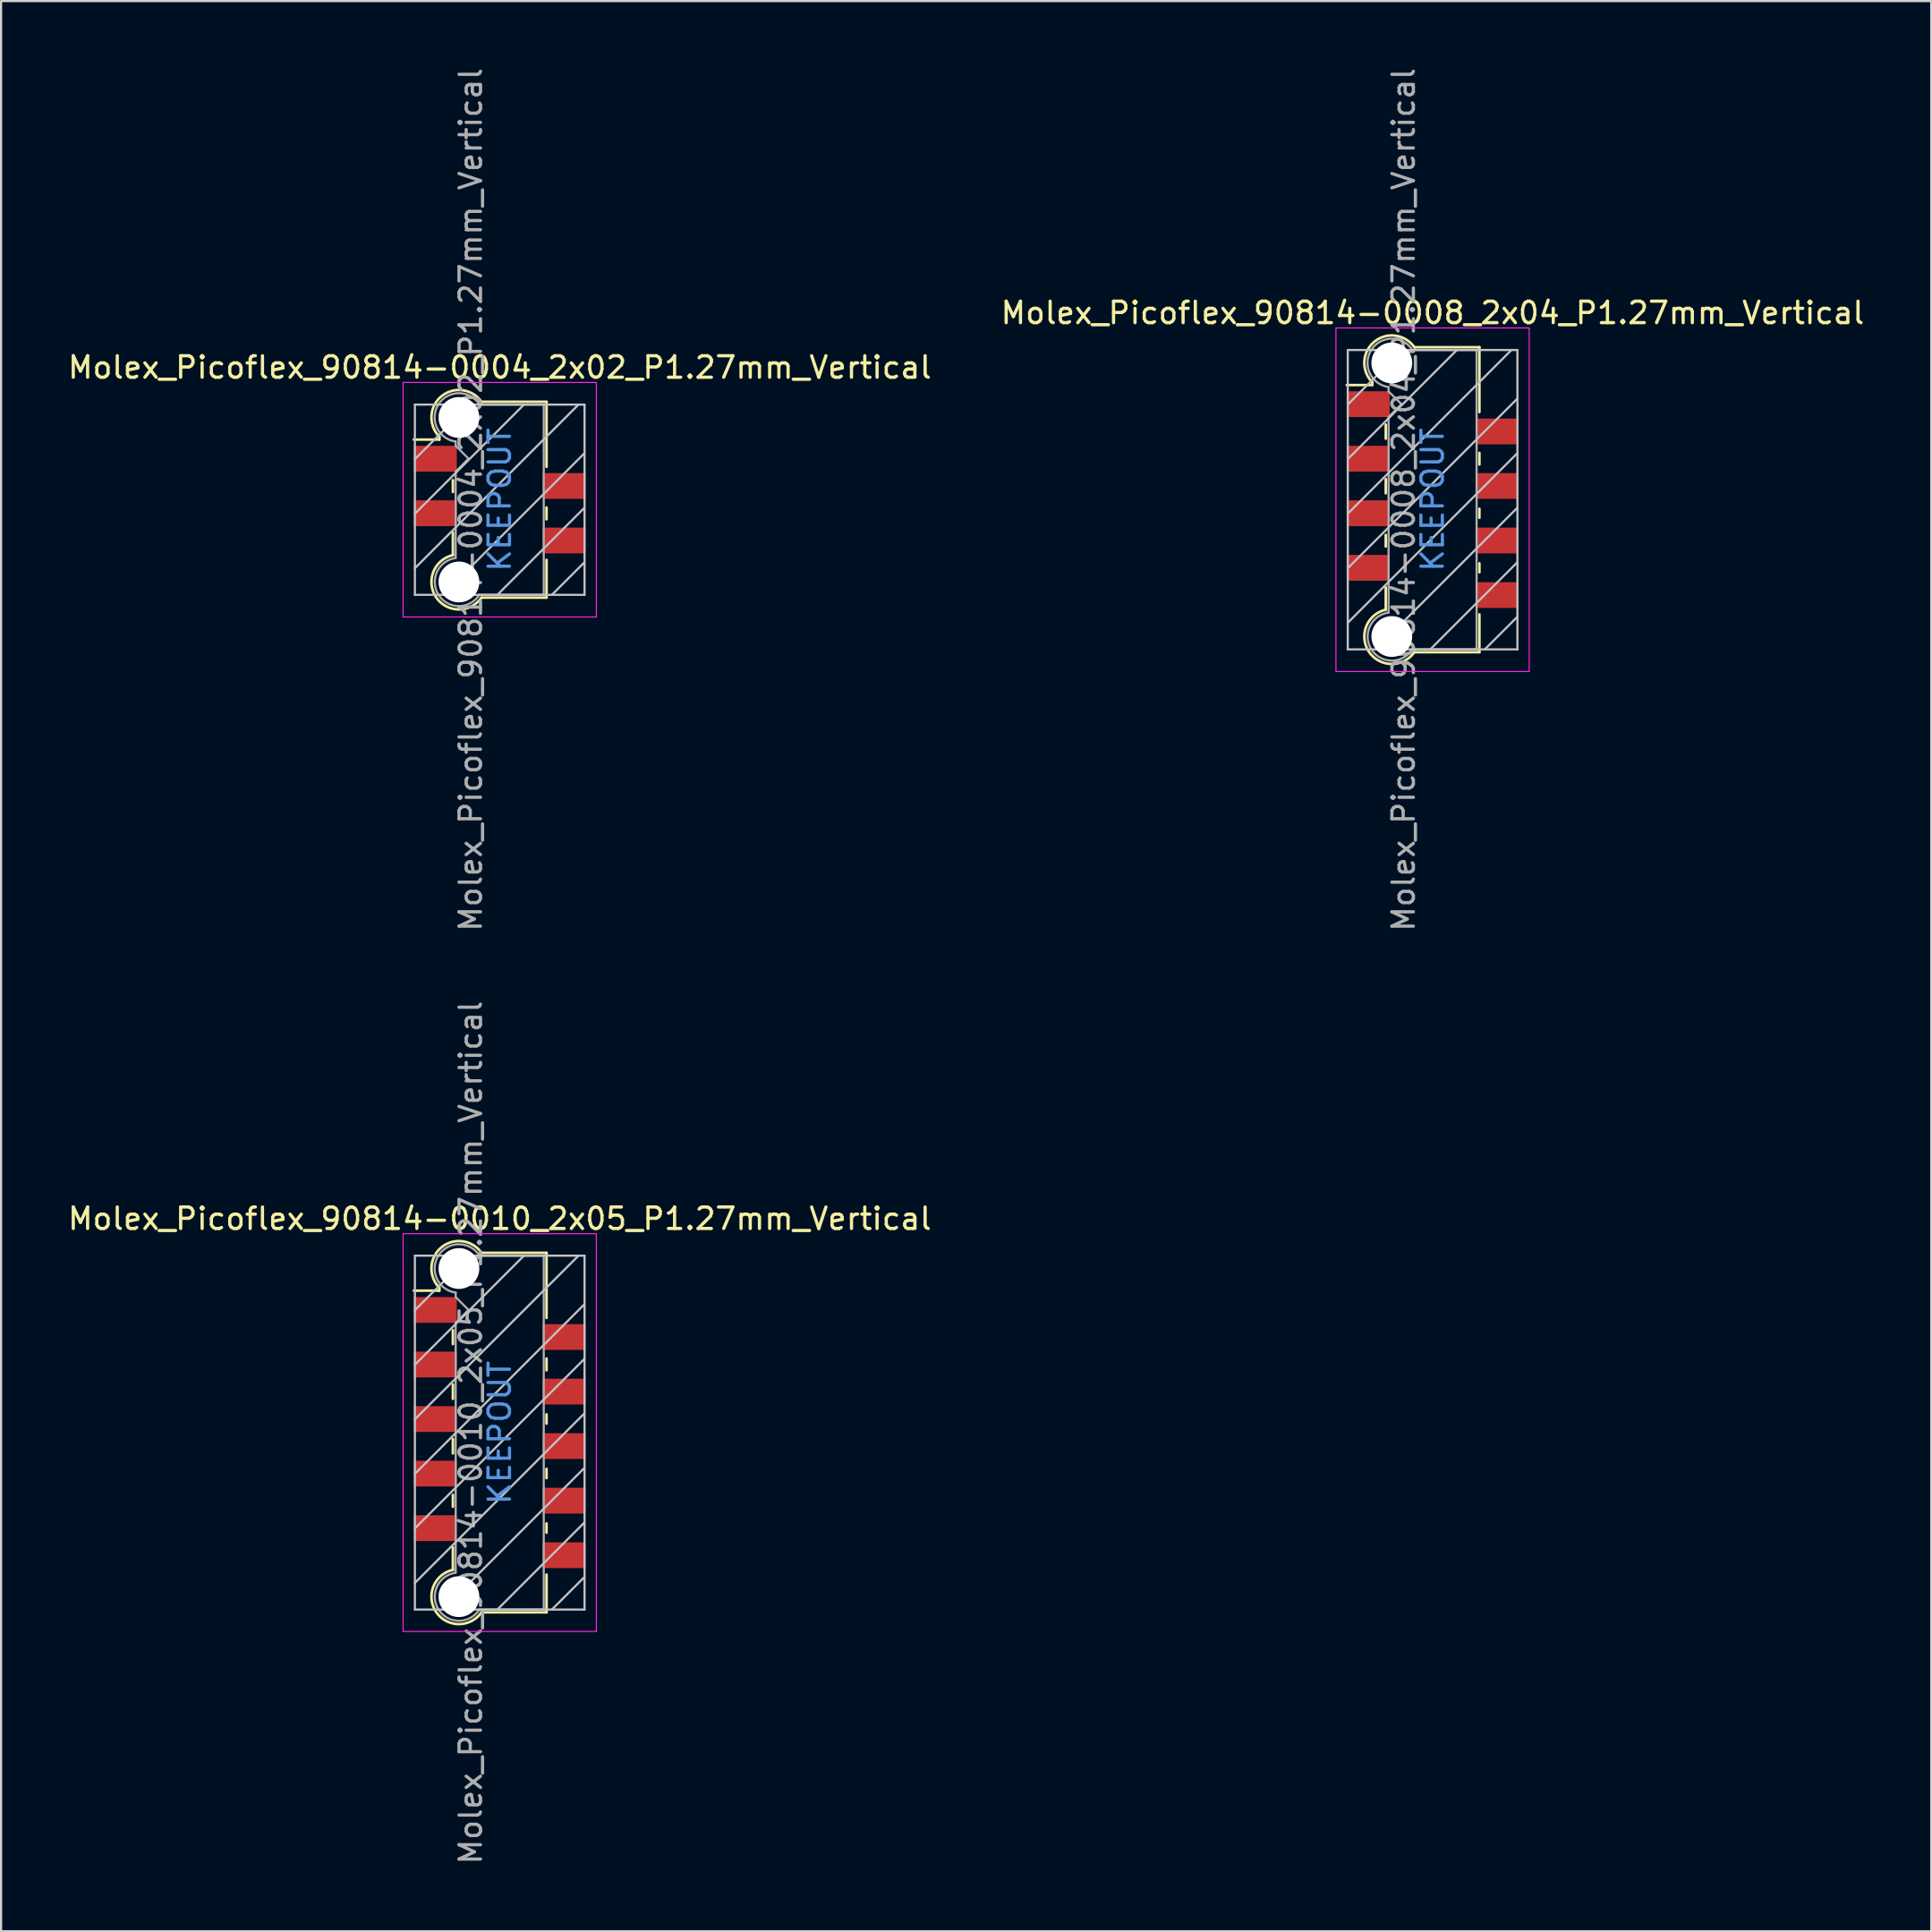
<source format=kicad_pcb>
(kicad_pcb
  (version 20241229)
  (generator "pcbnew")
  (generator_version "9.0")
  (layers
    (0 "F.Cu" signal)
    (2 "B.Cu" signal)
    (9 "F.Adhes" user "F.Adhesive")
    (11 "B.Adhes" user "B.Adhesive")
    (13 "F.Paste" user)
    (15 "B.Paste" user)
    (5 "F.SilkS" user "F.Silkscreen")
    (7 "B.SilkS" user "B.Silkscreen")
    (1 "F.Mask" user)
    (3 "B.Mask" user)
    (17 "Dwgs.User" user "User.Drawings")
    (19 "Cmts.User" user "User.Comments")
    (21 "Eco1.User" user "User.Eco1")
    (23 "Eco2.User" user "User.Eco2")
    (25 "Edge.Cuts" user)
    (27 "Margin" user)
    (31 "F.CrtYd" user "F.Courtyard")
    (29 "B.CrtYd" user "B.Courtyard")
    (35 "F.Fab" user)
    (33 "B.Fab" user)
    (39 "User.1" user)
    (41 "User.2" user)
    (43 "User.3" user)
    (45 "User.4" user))
  (footprint "Molex_Picoflex_90814-0008_2x04_P1.27mm_Vertical"
    (layer "F.Cu")
    (at 63.661 20.22)
    (property "Reference" "Molex_Picoflex_90814-0008_2x04_P1.27mm_Vertical" (at 0 -8.7 0) (layer "F.SilkS") (effects (font (size 1 1) (thickness 0.15))))
    (attr smd)
    (fp_line (start -2.81 -5.47) (end -2.81 -5.34) (stroke (width 0.12) (type solid)) (layer "F.SilkS"))
    (fp_line (start -2.81 -5.34) (end -4 -5.34) (stroke (width 0.12) (type solid)) (layer "F.SilkS"))
    (fp_line (start -2.18 -2.84) (end -2.18 -3.5) (stroke (width 0.12) (type solid)) (layer "F.SilkS"))
    (fp_line (start -2.18 -0.3) (end -2.18 -0.96) (stroke (width 0.12) (type solid)) (layer "F.SilkS"))
    (fp_line (start -2.18 2.18) (end -2.18 1.64) (stroke (width 0.12) (type solid)) (layer "F.SilkS"))
    (fp_line (start -2.18 5.12) (end -2.18 4.08) (stroke (width 0.12) (type solid)) (layer "F.SilkS"))
    (fp_line (start 2.18 -7.1) (end -0.82 -7.1) (stroke (width 0.12) (type solid)) (layer "F.SilkS"))
    (fp_line (start 2.18 -7.1) (end 2.18 -4.08) (stroke (width 0.12) (type solid)) (layer "F.SilkS"))
    (fp_line (start 2.18 -2.18) (end 2.18 -1.64) (stroke (width 0.12) (type solid)) (layer "F.SilkS"))
    (fp_line (start 2.18 0.42) (end 2.18 0.84) (stroke (width 0.12) (type solid)) (layer "F.SilkS"))
    (fp_line (start 2.18 2.96) (end 2.18 3.38) (stroke (width 0.12) (type solid)) (layer "F.SilkS"))
    (fp_line (start 2.18 5.34) (end 2.18 7.1) (stroke (width 0.12) (type solid)) (layer "F.SilkS"))
    (fp_line (start 2.18 7.1) (end -0.85 7.1) (stroke (width 0.12) (type solid)) (layer "F.SilkS"))
    (fp_arc (start -2.81 -5.47) (mid -2.708637 -7.362072) (end -0.834991 -7.079828) (stroke (width 0.12) (type solid)) (layer "F.SilkS"))
    (fp_arc (start -0.85 7.1) (mid -2.962791 7.081248) (end -2.174424 5.120964) (stroke (width 0.12) (type solid)) (layer "F.SilkS"))
    (fp_line (start -3.95 -6.97) (end -3.95 6.97) (stroke (width 0.1) (type solid)) (layer "Dwgs.User"))
    (fp_line (start -3.95 -4.43) (end -1.41 -6.97) (stroke (width 0.1) (type solid)) (layer "Dwgs.User"))
    (fp_line (start -3.95 -1.89) (end 1.13 -6.97) (stroke (width 0.1) (type solid)) (layer "Dwgs.User"))
    (fp_line (start -3.95 0.65) (end 3.67 -6.97) (stroke (width 0.1) (type solid)) (layer "Dwgs.User"))
    (fp_line (start -3.95 3.19) (end 3.95 -4.71) (stroke (width 0.1) (type solid)) (layer "Dwgs.User"))
    (fp_line (start -3.95 5.73) (end 3.95 -2.17) (stroke (width 0.1) (type solid)) (layer "Dwgs.User"))
    (fp_line (start -3.95 6.97) (end 3.95 6.97) (stroke (width 0.1) (type solid)) (layer "Dwgs.User"))
    (fp_line (start -2.65 6.97) (end 3.95 0.37) (stroke (width 0.1) (type solid)) (layer "Dwgs.User"))
    (fp_line (start -0.11 6.97) (end 3.95 2.91) (stroke (width 0.1) (type solid)) (layer "Dwgs.User"))
    (fp_line (start 2.43 6.97) (end 3.95 5.45) (stroke (width 0.1) (type solid)) (layer "Dwgs.User"))
    (fp_line (start 3.95 -6.97) (end -3.95 -6.97) (stroke (width 0.1) (type solid)) (layer "Dwgs.User"))
    (fp_line (start 3.95 6.97) (end 3.95 -6.97) (stroke (width 0.1) (type solid)) (layer "Dwgs.User"))
    (fp_line (start -4.5 -8) (end -4.5 8) (stroke (width 0.05) (type solid)) (layer "F.CrtYd"))
    (fp_line (start -4.5 8) (end 4.5 8) (stroke (width 0.05) (type solid)) (layer "F.CrtYd"))
    (fp_line (start 4.5 -8) (end -4.5 -8) (stroke (width 0.05) (type solid)) (layer "F.CrtYd"))
    (fp_line (start 4.5 8) (end 4.5 -8) (stroke (width 0.05) (type solid)) (layer "F.CrtYd"))
    (fp_line (start -2.05 -5.04) (end -2.05 -5.25) (stroke (width 0.1) (type solid)) (layer "F.Fab"))
    (fp_line (start -2.05 -3.85) (end -1.45 -4.45) (stroke (width 0.1) (type solid)) (layer "F.Fab"))
    (fp_line (start -2.05 5.25) (end -2.05 -3.85) (stroke (width 0.1) (type solid)) (layer "F.Fab"))
    (fp_line (start -1.45 -4.45) (end -2.05 -5.04) (stroke (width 0.1) (type solid)) (layer "F.Fab"))
    (fp_line (start 2.05 -6.97) (end -0.93 -6.97) (stroke (width 0.1) (type solid)) (layer "F.Fab"))
    (fp_line (start 2.05 -6.97) (end 2.05 6.97) (stroke (width 0.1) (type solid)) (layer "F.Fab"))
    (fp_line (start 2.05 6.97) (end -0.95 6.97) (stroke (width 0.1) (type solid)) (layer "F.Fab"))
    (fp_arc (start -2.05 -5.25) (mid -2.851672 -6.979279) (end -0.945612 -6.975015) (stroke (width 0.1) (type solid)) (layer "F.Fab"))
    (fp_arc (start -0.95 6.97) (mid -2.845272 6.977422) (end -2.051022 5.256585) (stroke (width 0.1) (type solid)) (layer "F.Fab"))
    (fp_text user "KEEPOUT" (at 0 0 90) (layer "Cmts.User") (effects (font (size 1 1) (thickness 0.15))))
    (fp_text user "${REFERENCE}" (at -1.35 0 90) (layer "F.Fab") (effects (font (size 1 1) (thickness 0.15))))
    (pad "" np_thru_hole circle (at -1.9 -6.37) (size 1.9 1.9) (drill 1.9) (layers "*.Cu" "*.Mask"))
    (pad "" np_thru_hole circle (at -1.9 6.37) (size 1.9 1.9) (drill 1.9) (layers "*.Cu" "*.Mask"))
    (pad "1" smd rect (at -3 -4.45) (size 2 1.2) (layers "F.Cu" "F.Mask" "F.Paste"))
    (pad "2" smd rect (at 3 -3.18) (size 2 1.2) (layers "F.Cu" "F.Mask" "F.Paste"))
    (pad "3" smd rect (at -3 -1.91) (size 2 1.2) (layers "F.Cu" "F.Mask" "F.Paste"))
    (pad "4" smd rect (at 3 -0.64) (size 2 1.2) (layers "F.Cu" "F.Mask" "F.Paste"))
    (pad "5" smd rect (at -3 0.63) (size 2 1.2) (layers "F.Cu" "F.Mask" "F.Paste"))
    (pad "6" smd rect (at 3 1.9) (size 2 1.2) (layers "F.Cu" "F.Mask" "F.Paste"))
    (pad "7" smd rect (at -3 3.17) (size 2 1.2) (layers "F.Cu" "F.Mask" "F.Paste"))
    (pad "8" smd rect (at 3 4.44) (size 2 1.2) (layers "F.Cu" "F.Mask" "F.Paste")))
  (footprint "Molex_Picoflex_90814-0004_2x02_P1.27mm_Vertical"
    (layer "F.Cu")
    (at 20.22 20.22)
    (property "Reference" "Molex_Picoflex_90814-0004_2x02_P1.27mm_Vertical" (at 0 -6.16 0) (layer "F.SilkS") (effects (font (size 1 1) (thickness 0.15))))
    (attr smd)
    (fp_line (start -2.81 -2.93) (end -2.81 -2.8) (stroke (width 0.12) (type solid)) (layer "F.SilkS"))
    (fp_line (start -2.81 -2.8) (end -4 -2.8) (stroke (width 0.12) (type solid)) (layer "F.SilkS"))
    (fp_line (start -2.18 -0.36) (end -2.18 -0.91) (stroke (width 0.12) (type solid)) (layer "F.SilkS"))
    (fp_line (start -2.18 2.58) (end -2.18 1.53) (stroke (width 0.12) (type solid)) (layer "F.SilkS"))
    (fp_line (start 2.18 -4.56) (end -0.82 -4.56) (stroke (width 0.12) (type solid)) (layer "F.SilkS"))
    (fp_line (start 2.18 -4.56) (end 2.18 -1.53) (stroke (width 0.12) (type solid)) (layer "F.SilkS"))
    (fp_line (start 2.18 0.36) (end 2.18 0.91) (stroke (width 0.12) (type solid)) (layer "F.SilkS"))
    (fp_line (start 2.18 2.8) (end 2.18 4.56) (stroke (width 0.12) (type solid)) (layer "F.SilkS"))
    (fp_line (start 2.18 4.56) (end -0.85 4.56) (stroke (width 0.12) (type solid)) (layer "F.SilkS"))
    (fp_arc (start -2.81 -2.93) (mid -2.708637 -4.822072) (end -0.834991 -4.539828) (stroke (width 0.12) (type solid)) (layer "F.SilkS"))
    (fp_arc (start -0.85 4.56) (mid -2.962791 4.541248) (end -2.174424 2.580964) (stroke (width 0.12) (type solid)) (layer "F.SilkS"))
    (fp_line (start -3.95 -4.43) (end -3.95 4.43) (stroke (width 0.1) (type solid)) (layer "Dwgs.User"))
    (fp_line (start -3.95 -1.89) (end -1.41 -4.43) (stroke (width 0.1) (type solid)) (layer "Dwgs.User"))
    (fp_line (start -3.95 0.65) (end 1.13 -4.43) (stroke (width 0.1) (type solid)) (layer "Dwgs.User"))
    (fp_line (start -3.95 3.19) (end 3.67 -4.43) (stroke (width 0.1) (type solid)) (layer "Dwgs.User"))
    (fp_line (start -3.95 4.43) (end 3.95 4.43) (stroke (width 0.1) (type solid)) (layer "Dwgs.User"))
    (fp_line (start -2.65 4.43) (end 3.95 -2.17) (stroke (width 0.1) (type solid)) (layer "Dwgs.User"))
    (fp_line (start -0.11 4.43) (end 3.95 0.37) (stroke (width 0.1) (type solid)) (layer "Dwgs.User"))
    (fp_line (start 2.43 4.43) (end 3.95 2.91) (stroke (width 0.1) (type solid)) (layer "Dwgs.User"))
    (fp_line (start 3.95 -4.43) (end -3.95 -4.43) (stroke (width 0.1) (type solid)) (layer "Dwgs.User"))
    (fp_line (start 3.95 4.43) (end 3.95 -4.43) (stroke (width 0.1) (type solid)) (layer "Dwgs.User"))
    (fp_line (start -4.5 -5.46) (end -4.5 5.46) (stroke (width 0.05) (type solid)) (layer "F.CrtYd"))
    (fp_line (start -4.5 5.46) (end 4.5 5.46) (stroke (width 0.05) (type solid)) (layer "F.CrtYd"))
    (fp_line (start 4.5 -5.46) (end -4.5 -5.46) (stroke (width 0.05) (type solid)) (layer "F.CrtYd"))
    (fp_line (start 4.5 5.46) (end 4.5 -5.46) (stroke (width 0.05) (type solid)) (layer "F.CrtYd"))
    (fp_line (start -2.05 -2.51) (end -2.05 -2.71) (stroke (width 0.1) (type solid)) (layer "F.Fab"))
    (fp_line (start -2.05 -1.31) (end -1.45 -1.91) (stroke (width 0.1) (type solid)) (layer "F.Fab"))
    (fp_line (start -2.05 2.71) (end -2.05 -1.31) (stroke (width 0.1) (type solid)) (layer "F.Fab"))
    (fp_line (start -1.45 -1.91) (end -2.05 -2.51) (stroke (width 0.1) (type solid)) (layer "F.Fab"))
    (fp_line (start 2.05 -4.43) (end -0.93 -4.43) (stroke (width 0.1) (type solid)) (layer "F.Fab"))
    (fp_line (start 2.05 -4.43) (end 2.05 4.43) (stroke (width 0.1) (type solid)) (layer "F.Fab"))
    (fp_line (start 2.05 4.43) (end -0.95 4.43) (stroke (width 0.1) (type solid)) (layer "F.Fab"))
    (fp_arc (start -2.05 -2.71) (mid -2.851672 -4.439279) (end -0.945612 -4.435015) (stroke (width 0.1) (type solid)) (layer "F.Fab"))
    (fp_arc (start -0.95 4.43) (mid -2.845272 4.437422) (end -2.051022 2.716585) (stroke (width 0.1) (type solid)) (layer "F.Fab"))
    (fp_text user "KEEPOUT" (at 0 0 90) (layer "Cmts.User") (effects (font (size 1 1) (thickness 0.15))))
    (fp_text user "${REFERENCE}" (at -1.35 0 90) (layer "F.Fab") (effects (font (size 1 1) (thickness 0.15))))
    (pad "" np_thru_hole circle (at -1.9 -3.83) (size 1.9 1.9) (drill 1.9) (layers "*.Cu" "*.Mask"))
    (pad "" np_thru_hole circle (at -1.9 3.83) (size 1.9 1.9) (drill 1.9) (layers "*.Cu" "*.Mask"))
    (pad "1" smd rect (at -3 -1.91) (size 2 1.2) (layers "F.Cu" "F.Mask" "F.Paste"))
    (pad "2" smd rect (at 3 -0.64) (size 2 1.2) (layers "F.Cu" "F.Mask" "F.Paste"))
    (pad "3" smd rect (at -3 0.63) (size 2 1.2) (layers "F.Cu" "F.Mask" "F.Paste"))
    (pad "4" smd rect (at 3 1.9) (size 2 1.2) (layers "F.Cu" "F.Mask" "F.Paste")))
  (footprint "Molex_Picoflex_90814-0010_2x05_P1.27mm_Vertical"
    (layer "F.Cu")
    (at 20.22 63.661)
    (property "Reference" "Molex_Picoflex_90814-0010_2x05_P1.27mm_Vertical" (at 0 -9.96 0) (layer "F.SilkS") (effects (font (size 1 1) (thickness 0.15))))
    (attr smd)
    (fp_line (start -2.81 -6.74) (end -2.81 -6.61) (stroke (width 0.12) (type solid)) (layer "F.SilkS"))
    (fp_line (start -2.81 -6.61) (end -4 -6.61) (stroke (width 0.12) (type solid)) (layer "F.SilkS"))
    (fp_line (start -2.18 -4.12) (end -2.18 -4.77) (stroke (width 0.12) (type solid)) (layer "F.SilkS"))
    (fp_line (start -2.18 -1.57) (end -2.18 -2.24) (stroke (width 0.12) (type solid)) (layer "F.SilkS"))
    (fp_line (start -2.18 0.97) (end -2.18 0.3) (stroke (width 0.12) (type solid)) (layer "F.SilkS"))
    (fp_line (start -2.18 3.45) (end -2.18 2.9) (stroke (width 0.12) (type solid)) (layer "F.SilkS"))
    (fp_line (start -2.18 6.39) (end -2.18 5.34) (stroke (width 0.12) (type solid)) (layer "F.SilkS"))
    (fp_line (start 2.18 -8.37) (end -0.82 -8.37) (stroke (width 0.12) (type solid)) (layer "F.SilkS"))
    (fp_line (start 2.18 -8.37) (end 2.18 -5.34) (stroke (width 0.12) (type solid)) (layer "F.SilkS"))
    (fp_line (start 2.18 -3.45) (end 2.18 -2.9) (stroke (width 0.12) (type solid)) (layer "F.SilkS"))
    (fp_line (start 2.18 -0.85) (end 2.18 -0.42) (stroke (width 0.12) (type solid)) (layer "F.SilkS"))
    (fp_line (start 2.18 1.69) (end 2.18 2.12) (stroke (width 0.12) (type solid)) (layer "F.SilkS"))
    (fp_line (start 2.18 4.23) (end 2.18 4.66) (stroke (width 0.12) (type solid)) (layer "F.SilkS"))
    (fp_line (start 2.18 6.61) (end 2.18 8.37) (stroke (width 0.12) (type solid)) (layer "F.SilkS"))
    (fp_line (start 2.18 8.37) (end -0.85 8.37) (stroke (width 0.12) (type solid)) (layer "F.SilkS"))
    (fp_arc (start -2.81 -6.74) (mid -2.708637 -8.632072) (end -0.834991 -8.349828) (stroke (width 0.12) (type solid)) (layer "F.SilkS"))
    (fp_arc (start -0.85 8.37) (mid -2.962791 8.351248) (end -2.174424 6.390964) (stroke (width 0.12) (type solid)) (layer "F.SilkS"))
    (fp_line (start -3.95 -8.24) (end -3.95 8.24) (stroke (width 0.1) (type solid)) (layer "Dwgs.User"))
    (fp_line (start -3.95 -5.7) (end -1.41 -8.24) (stroke (width 0.1) (type solid)) (layer "Dwgs.User"))
    (fp_line (start -3.95 -3.16) (end 1.13 -8.24) (stroke (width 0.1) (type solid)) (layer "Dwgs.User"))
    (fp_line (start -3.95 -0.62) (end 3.67 -8.24) (stroke (width 0.1) (type solid)) (layer "Dwgs.User"))
    (fp_line (start -3.95 1.92) (end 3.95 -5.98) (stroke (width 0.1) (type solid)) (layer "Dwgs.User"))
    (fp_line (start -3.95 4.46) (end 3.95 -3.44) (stroke (width 0.1) (type solid)) (layer "Dwgs.User"))
    (fp_line (start -3.95 7) (end 3.95 -0.9) (stroke (width 0.1) (type solid)) (layer "Dwgs.User"))
    (fp_line (start -3.95 8.24) (end 3.95 8.24) (stroke (width 0.1) (type solid)) (layer "Dwgs.User"))
    (fp_line (start -2.65 8.24) (end 3.95 1.64) (stroke (width 0.1) (type solid)) (layer "Dwgs.User"))
    (fp_line (start -0.11 8.24) (end 3.95 4.18) (stroke (width 0.1) (type solid)) (layer "Dwgs.User"))
    (fp_line (start 2.43 8.24) (end 3.95 6.72) (stroke (width 0.1) (type solid)) (layer "Dwgs.User"))
    (fp_line (start 3.95 -8.24) (end -3.95 -8.24) (stroke (width 0.1) (type solid)) (layer "Dwgs.User"))
    (fp_line (start 3.95 8.24) (end 3.95 -8.24) (stroke (width 0.1) (type solid)) (layer "Dwgs.User"))
    (fp_line (start -4.5 -9.26) (end -4.5 9.26) (stroke (width 0.05) (type solid)) (layer "F.CrtYd"))
    (fp_line (start -4.5 9.26) (end 4.5 9.26) (stroke (width 0.05) (type solid)) (layer "F.CrtYd"))
    (fp_line (start 4.5 -9.26) (end -4.5 -9.26) (stroke (width 0.05) (type solid)) (layer "F.CrtYd"))
    (fp_line (start 4.5 9.26) (end 4.5 -9.26) (stroke (width 0.05) (type solid)) (layer "F.CrtYd"))
    (fp_line (start -2.05 -6.31) (end -2.05 -6.52) (stroke (width 0.1) (type solid)) (layer "F.Fab"))
    (fp_line (start -2.05 -5.12) (end -1.45 -5.71) (stroke (width 0.1) (type solid)) (layer "F.Fab"))
    (fp_line (start -2.05 6.52) (end -2.05 -5.12) (stroke (width 0.1) (type solid)) (layer "F.Fab"))
    (fp_line (start -1.45 -5.71) (end -2.05 -6.31) (stroke (width 0.1) (type solid)) (layer "F.Fab"))
    (fp_line (start 2.05 -8.24) (end -0.93 -8.24) (stroke (width 0.1) (type solid)) (layer "F.Fab"))
    (fp_line (start 2.05 -8.24) (end 2.05 8.24) (stroke (width 0.1) (type solid)) (layer "F.Fab"))
    (fp_line (start 2.05 8.24) (end -0.95 8.24) (stroke (width 0.1) (type solid)) (layer "F.Fab"))
    (fp_arc (start -2.05 -6.52) (mid -2.851672 -8.249279) (end -0.945612 -8.245015) (stroke (width 0.1) (type solid)) (layer "F.Fab"))
    (fp_arc (start -0.95 8.24) (mid -2.845272 8.247422) (end -2.051022 6.526585) (stroke (width 0.1) (type solid)) (layer "F.Fab"))
    (fp_text user "KEEPOUT" (at 0 0 90) (layer "Cmts.User") (effects (font (size 1 1) (thickness 0.15))))
    (fp_text user "${REFERENCE}" (at -1.35 0 90) (layer "F.Fab") (effects (font (size 1 1) (thickness 0.15))))
    (pad "" np_thru_hole circle (at -1.9 -7.64) (size 1.9 1.9) (drill 1.9) (layers "*.Cu" "*.Mask"))
    (pad "" np_thru_hole circle (at -1.9 7.64) (size 1.9 1.9) (drill 1.9) (layers "*.Cu" "*.Mask"))
    (pad "1" smd rect (at -3 -5.71) (size 2 1.2) (layers "F.Cu" "F.Mask" "F.Paste"))
    (pad "2" smd rect (at 3 -4.45) (size 2 1.2) (layers "F.Cu" "F.Mask" "F.Paste"))
    (pad "3" smd rect (at -3 -3.17) (size 2 1.2) (layers "F.Cu" "F.Mask" "F.Paste"))
    (pad "4" smd rect (at 3 -1.91) (size 2 1.2) (layers "F.Cu" "F.Mask" "F.Paste"))
    (pad "5" smd rect (at -3 -0.63) (size 2 1.2) (layers "F.Cu" "F.Mask" "F.Paste"))
    (pad "6" smd rect (at 3 0.63) (size 2 1.2) (layers "F.Cu" "F.Mask" "F.Paste"))
    (pad "7" smd rect (at -3 1.91) (size 2 1.2) (layers "F.Cu" "F.Mask" "F.Paste"))
    (pad "8" smd rect (at 3 3.17) (size 2 1.2) (layers "F.Cu" "F.Mask" "F.Paste"))
    (pad "9" smd rect (at -3 4.45) (size 2 1.2) (layers "F.Cu" "F.Mask" "F.Paste"))
    (pad "10" smd rect (at 3 5.71) (size 2 1.2) (layers "F.Cu" "F.Mask" "F.Paste")))
  (gr_rect
    (start -3 -3)
    (end 86.881 86.881)
    (stroke (width 0.1) (type default))
    (fill no)
    (layer "Edge.Cuts")))
</source>
